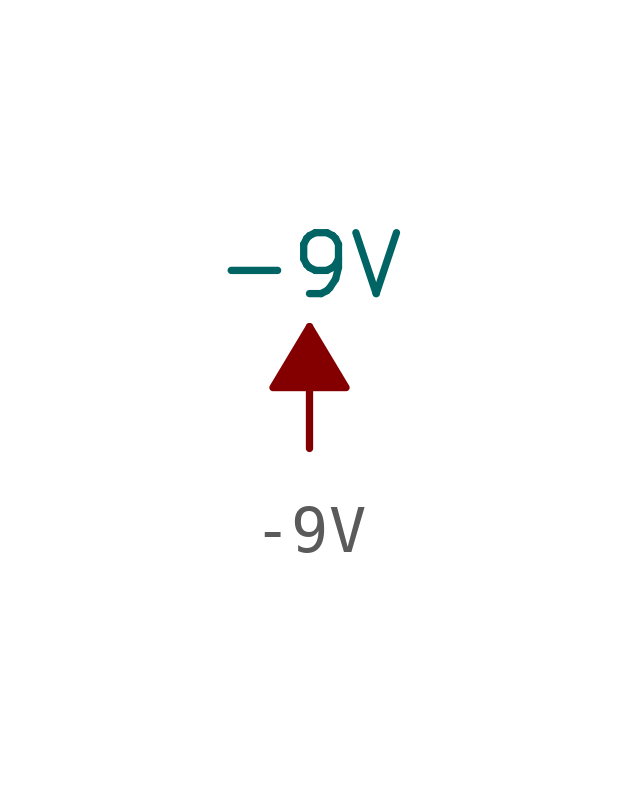
<source format=kicad_sym>
(kicad_symbol_lib
  (version 20220914)
  (generator kicad_symbol_editor)
  (symbol "-9V"
    (power)
    (pin_names
      (offset 0))
    (property "Reference" "#PWR"
      (at 0 -3.175 0)
      (effects (font (size 1.27 1.27)) hide))
    (property "Value" "-9V"
      (at 0 3.81 0)
      (effects (font (size 1.27 1.27))))
    (symbol "-9V_0_1"
      (polyline (pts (xy 0 0) (xy 0 2.54)) (stroke (width 0) (type solid)) (fill (type none)))
      (polyline (pts (xy 0.762 1.27) (xy -0.762 1.27) (xy 0 2.54) (xy 0.762 1.27)) (stroke (width 0) (type solid)) (fill (type outline))))
    (symbol "-9V_1_1"
      (pin power_in line (at 0 0 90) (length 0) hide (name "-9V" (effects (font (size 1.27 1.27)))) (number "1" (effects (font (size 1.27 1.27))))))))
</source>
